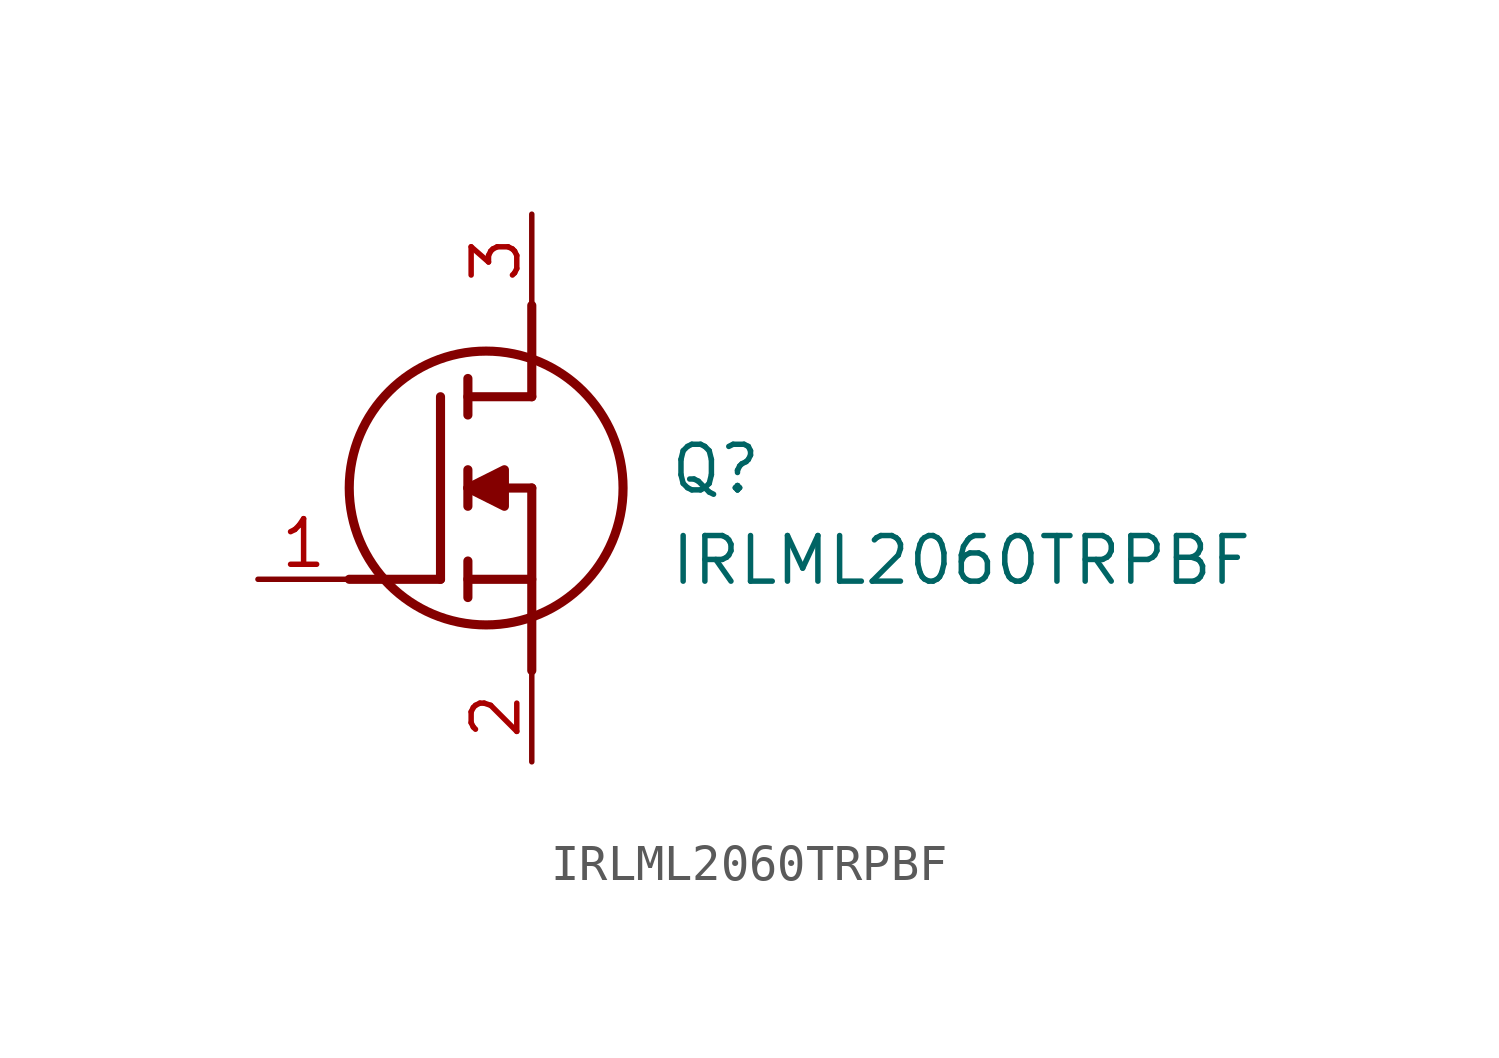
<source format=kicad_sym>
(kicad_symbol_lib
  (version 20211014)
  (generator SamacSys_ECAD_Model)
  (symbol "IRLML2060TRPBF"
    (pin_names hide)
    (property "Reference" "Q"
      (at 11.43 3.81 0)
      (effects (font (size 1.27 1.27)) (justify left top)))
    (property "Value" "IRLML2060TRPBF"
      (at 11.43 1.27 0)
      (effects (font (size 1.27 1.27)) (justify left top)))
    (polyline
      (pts (xy 7.62 2.54) (xy 7.62 -2.54))
      (stroke (width 0.254) (type default))
      (fill (type none)))
    (polyline
      (pts (xy 7.62 5.08) (xy 7.62 7.62))
      (stroke (width 0.254) (type default))
      (fill (type none)))
    (polyline
      (pts (xy 2.54 0) (xy 5.08 0))
      (stroke (width 0.254) (type default))
      (fill (type none)))
    (polyline
      (pts (xy 5.08 5.08) (xy 5.08 0))
      (stroke (width 0.254) (type default))
      (fill (type none)))
    (polyline
      (pts (xy 7.62 2.54) (xy 5.842 2.54))
      (stroke (width 0.254) (type default))
      (fill (type none)))
    (polyline
      (pts (xy 7.62 5.08) (xy 5.842 5.08))
      (stroke (width 0.254) (type default))
      (fill (type none)))
    (polyline
      (pts (xy 5.842 0) (xy 7.62 0))
      (stroke (width 0.254) (type default))
      (fill (type none)))
    (polyline
      (pts (xy 5.842 5.588) (xy 5.842 4.572))
      (stroke (width 0.254) (type default))
      (fill (type none)))
    (polyline
      (pts (xy 5.842 -0.508) (xy 5.842 0.508))
      (stroke (width 0.254) (type default))
      (fill (type none)))
    (polyline
      (pts (xy 5.842 2.032) (xy 5.842 3.048))
      (stroke (width 0.254) (type default))
      (fill (type none)))
    (circle
      (center 6.35 2.54)
      (radius 3.81)
      (stroke (width 0.254) (type default))
      (fill (type none)))
    (polyline
      (pts (xy 5.842 2.54) (xy 6.858 3.048) (xy 6.858 2.032) (xy 5.842 2.54))
      (stroke (width 0.254) (type default))
      (fill (type outline)))
    (pin passive line
      (at 0 0 0)
      (length 2.54)
      (name "G" (effects (font (size 1.27 1.27))))
      (number "1" (effects (font (size 1.27 1.27)))))
    (pin passive line
      (at 7.62 10.16 270)
      (length 2.54)
      (name "D" (effects (font (size 1.27 1.27))))
      (number "3" (effects (font (size 1.27 1.27)))))
    (pin passive line
      (at 7.62 -5.08 90)
      (length 2.54)
      (name "S" (effects (font (size 1.27 1.27))))
      (number "2" (effects (font (size 1.27 1.27)))))))
</source>
